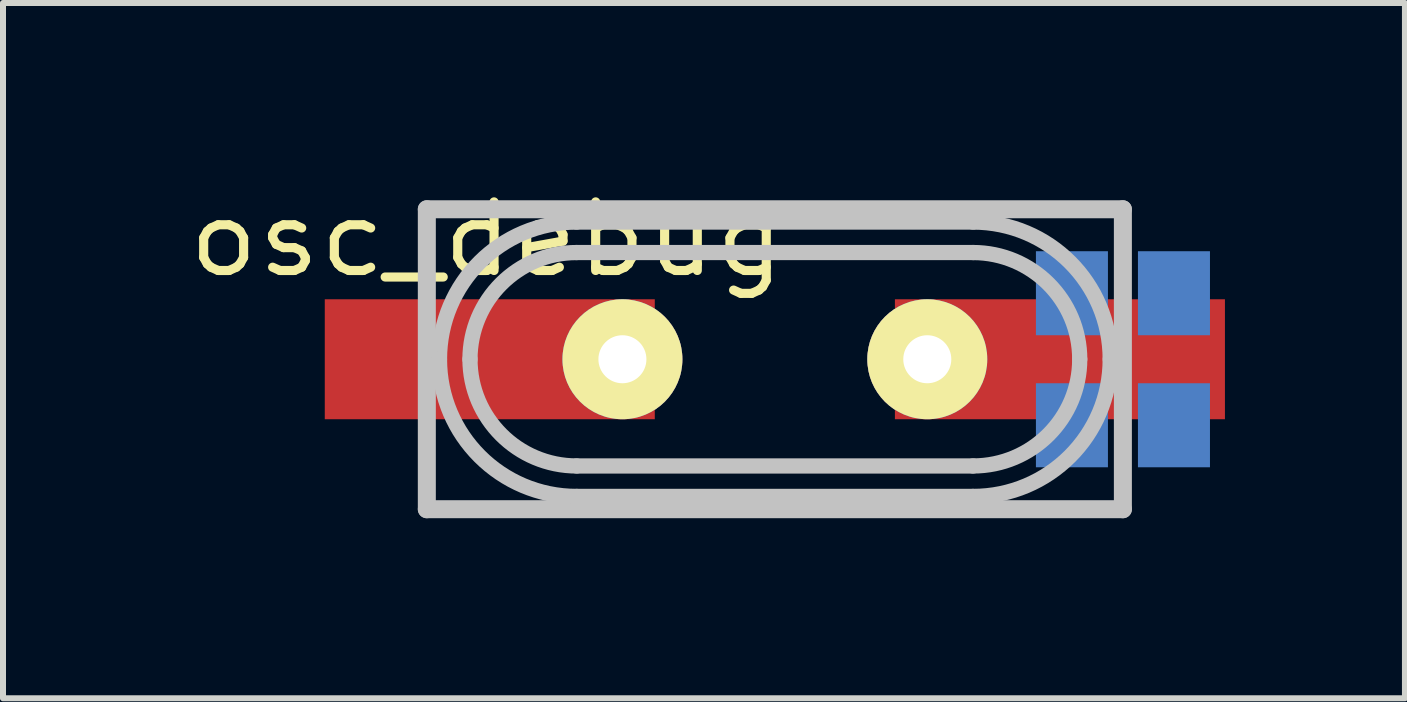
<source format=kicad_pcb>
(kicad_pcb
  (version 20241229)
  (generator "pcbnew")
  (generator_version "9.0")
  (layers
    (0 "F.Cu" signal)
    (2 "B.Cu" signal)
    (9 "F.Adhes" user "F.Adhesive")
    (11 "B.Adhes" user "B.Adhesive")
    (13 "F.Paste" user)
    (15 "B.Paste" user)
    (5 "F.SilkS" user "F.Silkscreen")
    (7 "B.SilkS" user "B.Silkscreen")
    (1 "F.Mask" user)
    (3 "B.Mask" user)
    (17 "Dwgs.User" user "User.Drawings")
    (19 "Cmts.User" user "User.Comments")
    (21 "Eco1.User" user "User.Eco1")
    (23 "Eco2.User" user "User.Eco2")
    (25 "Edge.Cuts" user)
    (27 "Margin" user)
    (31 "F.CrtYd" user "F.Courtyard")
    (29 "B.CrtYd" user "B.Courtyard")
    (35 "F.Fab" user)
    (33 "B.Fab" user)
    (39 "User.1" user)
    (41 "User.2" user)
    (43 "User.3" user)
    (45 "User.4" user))
  (footprint "osc_debug"
    (layer "F.Cu")
    (at 9.861 2.936)
    (property "Reference" "osc_debug" (at -4.8 -2 180) (layer "F.SilkS") (effects (font (size 1.143 1.27) (thickness 0.152))))
    (attr through_hole)
    (fp_line (start -5.799 -2.499) (end -5.799 2.499) (stroke (width 0.3) (type solid)) (layer "Dwgs.User"))
    (fp_line (start -5.799 2.499) (end 5.799 2.499) (stroke (width 0.3) (type solid)) (layer "Dwgs.User"))
    (fp_line (start -3.302 -2.286) (end 3.302 -2.286) (stroke (width 0.254) (type solid)) (layer "Dwgs.User"))
    (fp_line (start -3.302 1.778) (end 3.302 1.778) (stroke (width 0.254) (type solid)) (layer "Dwgs.User"))
    (fp_line (start 3.302 -1.778) (end -3.302 -1.778) (stroke (width 0.254) (type solid)) (layer "Dwgs.User"))
    (fp_line (start 3.302 2.286) (end -3.302 2.286) (stroke (width 0.254) (type solid)) (layer "Dwgs.User"))
    (fp_line (start 5.799 -2.499) (end -5.799 -2.499) (stroke (width 0.3) (type solid)) (layer "Dwgs.User"))
    (fp_line (start 5.799 2.499) (end 5.799 -2.499) (stroke (width 0.3) (type solid)) (layer "Dwgs.User"))
    (fp_arc (start -5.588 0) (mid -4.918446 -1.616446) (end -3.302 -2.286) (stroke (width 0.254) (type solid)) (layer "Dwgs.User"))
    (fp_arc (start -5.08 0) (mid -4.559236 -1.257236) (end -3.302 -1.778) (stroke (width 0.254) (type solid)) (layer "Dwgs.User"))
    (fp_arc (start -3.302 1.778) (mid -4.559236 1.257236) (end -5.08 0) (stroke (width 0.254) (type solid)) (layer "Dwgs.User"))
    (fp_arc (start -3.302 2.286) (mid -4.918446 1.616446) (end -5.588 0) (stroke (width 0.254) (type solid)) (layer "Dwgs.User"))
    (fp_arc (start 3.302 -2.286) (mid 4.918446 -1.616446) (end 5.588 0) (stroke (width 0.254) (type solid)) (layer "Dwgs.User"))
    (fp_arc (start 3.302 -1.778) (mid 4.559236 -1.257236) (end 5.08 0) (stroke (width 0.254) (type solid)) (layer "Dwgs.User"))
    (fp_arc (start 5.08 0) (mid 4.559236 1.257236) (end 3.302 1.778) (stroke (width 0.254) (type solid)) (layer "Dwgs.User"))
    (fp_arc (start 5.588 0) (mid 4.918446 1.616446) (end 3.302 2.286) (stroke (width 0.254) (type solid)) (layer "Dwgs.User"))
    (pad "1" smd rect (at -4.75 0) (size 5.499 1.999) (layers "F.Cu" "F.Mask" "F.Paste"))
    (pad "1" thru_hole circle (at -2.54 0) (size 1.999 1.999) (drill 0.8) (layers "*.Cu" "*.Mask" "F.SilkS"))
    (pad "1" smd rect (at 6.65 -1.1 270) (size 1.4 1.2) (layers "B.Cu" "B.Mask" "B.Paste"))
    (pad "2" thru_hole circle (at 2.54 0) (size 1.999 1.999) (drill 0.8) (layers "*.Cu" "*.Mask" "F.SilkS"))
    (pad "2" smd rect (at 4.75 0) (size 5.499 1.999) (layers "F.Cu" "F.Mask" "F.Paste"))
    (pad "2" smd rect (at 4.95 1.1 270) (size 1.4 1.2) (layers "B.Cu" "B.Mask" "B.Paste"))
    (pad "3" smd rect (at 4.95 -1.1 270) (size 1.4 1.2) (layers "B.Cu" "B.Mask" "B.Paste"))
    (pad "4" smd rect (at 6.65 1.1 270) (size 1.4 1.2) (layers "B.Cu" "B.Mask" "B.Paste")))
  (gr_rect
    (start -3 -3)
    (end 20.36 8.585)
    (stroke (width 0.1) (type default))
    (fill no)
    (layer "Edge.Cuts")))
</source>
